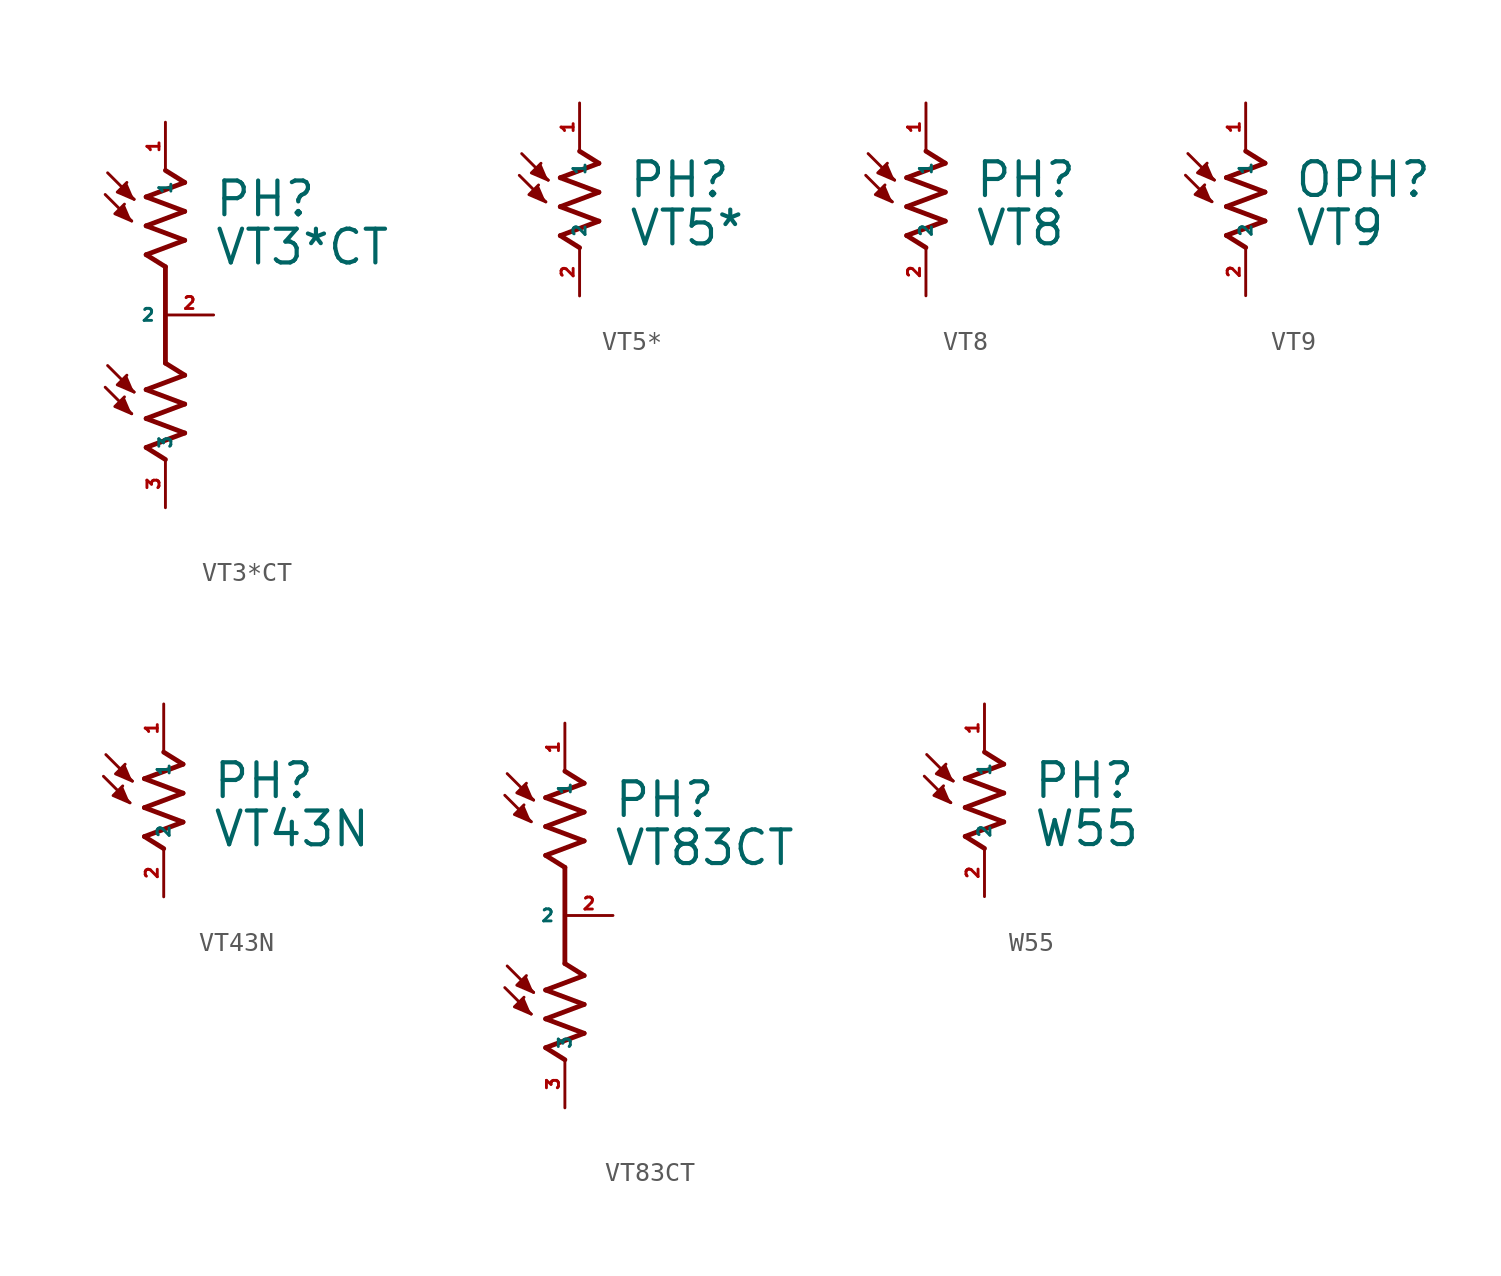
<source format=kicad_sym>
(kicad_symbol_lib
  (version 20220914)
  (generator Eagle2Kicad)
  (symbol "VT3*CT"
    (property "Reference" "PH"
      (at 2.54 5.08 0)
      (effects (font (size 1.778 1.778) (thickness 0.22)) (justify left bottom)))
    (property "Value" "VT3*CT"
      (at 2.54 2.54 0)
      (effects (font (size 1.778 1.778) (thickness 0.22)) (justify left bottom)))
    (polyline
      (pts (xy -1.778 4.953) (xy -2.667 5.334) (xy -2.159 5.842))
      (stroke (width 0.152) (type default))
      (fill (type outline)))
    (polyline
      (pts (xy -1.651 6.096) (xy -2.54 6.477) (xy -2.032 6.985))
      (stroke (width 0.152) (type default))
      (fill (type outline)))
    (polyline
      (pts (xy -1.778 -5.207) (xy -2.667 -4.826) (xy -2.159 -4.318))
      (stroke (width 0.152) (type default))
      (fill (type outline)))
    (polyline
      (pts (xy -1.651 -4.064) (xy -2.54 -3.683) (xy -2.032 -3.175))
      (stroke (width 0.152) (type default))
      (fill (type outline)))
    (polyline
      (pts (xy -3.048 7.493) (xy -1.651 6.096))
      (stroke (width 0.152) (type default))
      (fill (type none)))
    (polyline
      (pts (xy -3.175 6.35) (xy -1.778 4.953))
      (stroke (width 0.152) (type default))
      (fill (type none)))
    (polyline
      (pts (xy 0 2.54) (xy -1.016 3.175))
      (stroke (width 0.254) (type default))
      (fill (type none)))
    (polyline
      (pts (xy 1.016 3.937) (xy -1.016 4.699))
      (stroke (width 0.254) (type default))
      (fill (type none)))
    (polyline
      (pts (xy -1.016 4.699) (xy 1.016 5.461))
      (stroke (width 0.254) (type default))
      (fill (type none)))
    (polyline
      (pts (xy 1.016 5.461) (xy -1.016 6.223))
      (stroke (width 0.254) (type default))
      (fill (type none)))
    (polyline
      (pts (xy -1.016 6.223) (xy 1.016 6.985))
      (stroke (width 0.254) (type default))
      (fill (type none)))
    (polyline
      (pts (xy 0 7.62) (xy 1.016 6.985))
      (stroke (width 0.254) (type default))
      (fill (type none)))
    (polyline
      (pts (xy -1.016 3.175) (xy 1.016 3.937))
      (stroke (width 0.254) (type default))
      (fill (type none)))
    (polyline
      (pts (xy -3.048 -2.667) (xy -1.651 -4.064))
      (stroke (width 0.152) (type default))
      (fill (type none)))
    (polyline
      (pts (xy -3.175 -3.81) (xy -1.778 -5.207))
      (stroke (width 0.152) (type default))
      (fill (type none)))
    (polyline
      (pts (xy 0 -7.62) (xy -1.016 -6.985))
      (stroke (width 0.254) (type default))
      (fill (type none)))
    (polyline
      (pts (xy 1.016 -6.223) (xy -1.016 -5.461))
      (stroke (width 0.254) (type default))
      (fill (type none)))
    (polyline
      (pts (xy -1.016 -5.461) (xy 1.016 -4.699))
      (stroke (width 0.254) (type default))
      (fill (type none)))
    (polyline
      (pts (xy 1.016 -4.699) (xy -1.016 -3.937))
      (stroke (width 0.254) (type default))
      (fill (type none)))
    (polyline
      (pts (xy -1.016 -3.937) (xy 1.016 -3.175))
      (stroke (width 0.254) (type default))
      (fill (type none)))
    (polyline
      (pts (xy 0 -2.54) (xy 1.016 -3.175))
      (stroke (width 0.254) (type default))
      (fill (type none)))
    (polyline
      (pts (xy -1.016 -6.985) (xy 1.016 -6.223))
      (stroke (width 0.254) (type default))
      (fill (type none)))
    (polyline
      (pts (xy 0 -2.54) (xy 0 2.54))
      (stroke (width 0.254) (type default))
      (fill (type none)))
    (pin passive line
      (at 0 10.16 270)
      (length 2.54)
      (name "1" (effects (font (size 0.635 0.635) (thickness 0.08)) (justify left bottom)))
      (number "1" (effects (font (size 0.635 0.635) (thickness 0.08)) (justify left bottom))))
    (pin passive line
      (at 2.54 0 180)
      (length 2.54)
      (name "2" (effects (font (size 0.635 0.635) (thickness 0.08)) (justify left bottom)))
      (number "2" (effects (font (size 0.635 0.635) (thickness 0.08)) (justify left bottom))))
    (pin passive line
      (at 0 -10.16 90)
      (length 2.54)
      (name "3" (effects (font (size 0.635 0.635) (thickness 0.08)) (justify left bottom)))
      (number "3" (effects (font (size 0.635 0.635) (thickness 0.08)) (justify left bottom)))))
  (symbol "VT5*"
    (property "Reference" "PH"
      (at 2.54 0 0)
      (effects (font (size 1.778 1.778) (thickness 0.22)) (justify left bottom)))
    (property "Value" "VT5*"
      (at 2.54 -2.54 0)
      (effects (font (size 1.778 1.778) (thickness 0.22)) (justify left bottom)))
    (polyline
      (pts (xy -1.778 -0.127) (xy -2.667 0.254) (xy -2.159 0.762))
      (stroke (width 0.152) (type default))
      (fill (type outline)))
    (polyline
      (pts (xy -1.651 1.016) (xy -2.54 1.397) (xy -2.032 1.905))
      (stroke (width 0.152) (type default))
      (fill (type outline)))
    (polyline
      (pts (xy -3.048 2.413) (xy -1.651 1.016))
      (stroke (width 0.152) (type default))
      (fill (type none)))
    (polyline
      (pts (xy -3.175 1.27) (xy -1.778 -0.127))
      (stroke (width 0.152) (type default))
      (fill (type none)))
    (polyline
      (pts (xy 0 -2.54) (xy -1.016 -1.905))
      (stroke (width 0.254) (type default))
      (fill (type none)))
    (polyline
      (pts (xy 1.016 -1.143) (xy -1.016 -0.381))
      (stroke (width 0.254) (type default))
      (fill (type none)))
    (polyline
      (pts (xy -1.016 -0.381) (xy 1.016 0.381))
      (stroke (width 0.254) (type default))
      (fill (type none)))
    (polyline
      (pts (xy 1.016 0.381) (xy -1.016 1.143))
      (stroke (width 0.254) (type default))
      (fill (type none)))
    (polyline
      (pts (xy -1.016 1.143) (xy 1.016 1.905))
      (stroke (width 0.254) (type default))
      (fill (type none)))
    (polyline
      (pts (xy 0 2.54) (xy 1.016 1.905))
      (stroke (width 0.254) (type default))
      (fill (type none)))
    (polyline
      (pts (xy -1.016 -1.905) (xy 1.016 -1.143))
      (stroke (width 0.254) (type default))
      (fill (type none)))
    (pin passive line
      (at 0 5.08 270)
      (length 2.54)
      (name "1" (effects (font (size 0.635 0.635) (thickness 0.08)) (justify left bottom)))
      (number "1" (effects (font (size 0.635 0.635) (thickness 0.08)) (justify left bottom))))
    (pin passive line
      (at 0 -5.08 90)
      (length 2.54)
      (name "2" (effects (font (size 0.635 0.635) (thickness 0.08)) (justify left bottom)))
      (number "2" (effects (font (size 0.635 0.635) (thickness 0.08)) (justify left bottom)))))
  (symbol "VT8"
    (property "Reference" "PH"
      (at 2.54 0 0)
      (effects (font (size 1.778 1.778) (thickness 0.22)) (justify left bottom)))
    (property "Value" "VT8"
      (at 2.54 -2.54 0)
      (effects (font (size 1.778 1.778) (thickness 0.22)) (justify left bottom)))
    (polyline
      (pts (xy -1.778 -0.127) (xy -2.667 0.254) (xy -2.159 0.762))
      (stroke (width 0.152) (type default))
      (fill (type outline)))
    (polyline
      (pts (xy -1.651 1.016) (xy -2.54 1.397) (xy -2.032 1.905))
      (stroke (width 0.152) (type default))
      (fill (type outline)))
    (polyline
      (pts (xy -3.048 2.413) (xy -1.651 1.016))
      (stroke (width 0.152) (type default))
      (fill (type none)))
    (polyline
      (pts (xy -3.175 1.27) (xy -1.778 -0.127))
      (stroke (width 0.152) (type default))
      (fill (type none)))
    (polyline
      (pts (xy 0 -2.54) (xy -1.016 -1.905))
      (stroke (width 0.254) (type default))
      (fill (type none)))
    (polyline
      (pts (xy 1.016 -1.143) (xy -1.016 -0.381))
      (stroke (width 0.254) (type default))
      (fill (type none)))
    (polyline
      (pts (xy -1.016 -0.381) (xy 1.016 0.381))
      (stroke (width 0.254) (type default))
      (fill (type none)))
    (polyline
      (pts (xy 1.016 0.381) (xy -1.016 1.143))
      (stroke (width 0.254) (type default))
      (fill (type none)))
    (polyline
      (pts (xy -1.016 1.143) (xy 1.016 1.905))
      (stroke (width 0.254) (type default))
      (fill (type none)))
    (polyline
      (pts (xy 0 2.54) (xy 1.016 1.905))
      (stroke (width 0.254) (type default))
      (fill (type none)))
    (polyline
      (pts (xy -1.016 -1.905) (xy 1.016 -1.143))
      (stroke (width 0.254) (type default))
      (fill (type none)))
    (pin passive line
      (at 0 5.08 270)
      (length 2.54)
      (name "1" (effects (font (size 0.635 0.635) (thickness 0.08)) (justify left bottom)))
      (number "1" (effects (font (size 0.635 0.635) (thickness 0.08)) (justify left bottom))))
    (pin passive line
      (at 0 -5.08 90)
      (length 2.54)
      (name "2" (effects (font (size 0.635 0.635) (thickness 0.08)) (justify left bottom)))
      (number "2" (effects (font (size 0.635 0.635) (thickness 0.08)) (justify left bottom)))))
  (symbol "VT9"
    (property "Reference" "OPH"
      (at 2.54 0 0)
      (effects (font (size 1.778 1.778) (thickness 0.22)) (justify left bottom)))
    (property "Value" "VT9"
      (at 2.54 -2.54 0)
      (effects (font (size 1.778 1.778) (thickness 0.22)) (justify left bottom)))
    (polyline
      (pts (xy -1.778 -0.127) (xy -2.667 0.254) (xy -2.159 0.762))
      (stroke (width 0.152) (type default))
      (fill (type outline)))
    (polyline
      (pts (xy -1.651 1.016) (xy -2.54 1.397) (xy -2.032 1.905))
      (stroke (width 0.152) (type default))
      (fill (type outline)))
    (polyline
      (pts (xy -3.048 2.413) (xy -1.651 1.016))
      (stroke (width 0.152) (type default))
      (fill (type none)))
    (polyline
      (pts (xy -3.175 1.27) (xy -1.778 -0.127))
      (stroke (width 0.152) (type default))
      (fill (type none)))
    (polyline
      (pts (xy 0 -2.54) (xy -1.016 -1.905))
      (stroke (width 0.254) (type default))
      (fill (type none)))
    (polyline
      (pts (xy 1.016 -1.143) (xy -1.016 -0.381))
      (stroke (width 0.254) (type default))
      (fill (type none)))
    (polyline
      (pts (xy -1.016 -0.381) (xy 1.016 0.381))
      (stroke (width 0.254) (type default))
      (fill (type none)))
    (polyline
      (pts (xy 1.016 0.381) (xy -1.016 1.143))
      (stroke (width 0.254) (type default))
      (fill (type none)))
    (polyline
      (pts (xy -1.016 1.143) (xy 1.016 1.905))
      (stroke (width 0.254) (type default))
      (fill (type none)))
    (polyline
      (pts (xy 0 2.54) (xy 1.016 1.905))
      (stroke (width 0.254) (type default))
      (fill (type none)))
    (polyline
      (pts (xy -1.016 -1.905) (xy 1.016 -1.143))
      (stroke (width 0.254) (type default))
      (fill (type none)))
    (pin passive line
      (at 0 5.08 270)
      (length 2.54)
      (name "1" (effects (font (size 0.635 0.635) (thickness 0.08)) (justify left bottom)))
      (number "1" (effects (font (size 0.635 0.635) (thickness 0.08)) (justify left bottom))))
    (pin passive line
      (at 0 -5.08 90)
      (length 2.54)
      (name "2" (effects (font (size 0.635 0.635) (thickness 0.08)) (justify left bottom)))
      (number "2" (effects (font (size 0.635 0.635) (thickness 0.08)) (justify left bottom)))))
  (symbol "VT43N"
    (property "Reference" "PH"
      (at 2.54 0 0)
      (effects (font (size 1.778 1.778) (thickness 0.22)) (justify left bottom)))
    (property "Value" "VT43N"
      (at 2.54 -2.54 0)
      (effects (font (size 1.778 1.778) (thickness 0.22)) (justify left bottom)))
    (polyline
      (pts (xy -1.778 -0.127) (xy -2.667 0.254) (xy -2.159 0.762))
      (stroke (width 0.152) (type default))
      (fill (type outline)))
    (polyline
      (pts (xy -1.651 1.016) (xy -2.54 1.397) (xy -2.032 1.905))
      (stroke (width 0.152) (type default))
      (fill (type outline)))
    (polyline
      (pts (xy -3.048 2.413) (xy -1.651 1.016))
      (stroke (width 0.152) (type default))
      (fill (type none)))
    (polyline
      (pts (xy -3.175 1.27) (xy -1.778 -0.127))
      (stroke (width 0.152) (type default))
      (fill (type none)))
    (polyline
      (pts (xy 0 -2.54) (xy -1.016 -1.905))
      (stroke (width 0.254) (type default))
      (fill (type none)))
    (polyline
      (pts (xy 1.016 -1.143) (xy -1.016 -0.381))
      (stroke (width 0.254) (type default))
      (fill (type none)))
    (polyline
      (pts (xy -1.016 -0.381) (xy 1.016 0.381))
      (stroke (width 0.254) (type default))
      (fill (type none)))
    (polyline
      (pts (xy 1.016 0.381) (xy -1.016 1.143))
      (stroke (width 0.254) (type default))
      (fill (type none)))
    (polyline
      (pts (xy -1.016 1.143) (xy 1.016 1.905))
      (stroke (width 0.254) (type default))
      (fill (type none)))
    (polyline
      (pts (xy 0 2.54) (xy 1.016 1.905))
      (stroke (width 0.254) (type default))
      (fill (type none)))
    (polyline
      (pts (xy -1.016 -1.905) (xy 1.016 -1.143))
      (stroke (width 0.254) (type default))
      (fill (type none)))
    (pin passive line
      (at 0 5.08 270)
      (length 2.54)
      (name "1" (effects (font (size 0.635 0.635) (thickness 0.08)) (justify left bottom)))
      (number "1" (effects (font (size 0.635 0.635) (thickness 0.08)) (justify left bottom))))
    (pin passive line
      (at 0 -5.08 90)
      (length 2.54)
      (name "2" (effects (font (size 0.635 0.635) (thickness 0.08)) (justify left bottom)))
      (number "2" (effects (font (size 0.635 0.635) (thickness 0.08)) (justify left bottom)))))
  (symbol "VT83CT"
    (property "Reference" "PH"
      (at 2.54 5.08 0)
      (effects (font (size 1.778 1.778) (thickness 0.22)) (justify left bottom)))
    (property "Value" "VT83CT"
      (at 2.54 2.54 0)
      (effects (font (size 1.778 1.778) (thickness 0.22)) (justify left bottom)))
    (polyline
      (pts (xy -1.778 4.953) (xy -2.667 5.334) (xy -2.159 5.842))
      (stroke (width 0.152) (type default))
      (fill (type outline)))
    (polyline
      (pts (xy -1.651 6.096) (xy -2.54 6.477) (xy -2.032 6.985))
      (stroke (width 0.152) (type default))
      (fill (type outline)))
    (polyline
      (pts (xy -1.778 -5.207) (xy -2.667 -4.826) (xy -2.159 -4.318))
      (stroke (width 0.152) (type default))
      (fill (type outline)))
    (polyline
      (pts (xy -1.651 -4.064) (xy -2.54 -3.683) (xy -2.032 -3.175))
      (stroke (width 0.152) (type default))
      (fill (type outline)))
    (polyline
      (pts (xy -3.048 7.493) (xy -1.651 6.096))
      (stroke (width 0.152) (type default))
      (fill (type none)))
    (polyline
      (pts (xy -3.175 6.35) (xy -1.778 4.953))
      (stroke (width 0.152) (type default))
      (fill (type none)))
    (polyline
      (pts (xy 0 2.54) (xy -1.016 3.175))
      (stroke (width 0.254) (type default))
      (fill (type none)))
    (polyline
      (pts (xy 1.016 3.937) (xy -1.016 4.699))
      (stroke (width 0.254) (type default))
      (fill (type none)))
    (polyline
      (pts (xy -1.016 4.699) (xy 1.016 5.461))
      (stroke (width 0.254) (type default))
      (fill (type none)))
    (polyline
      (pts (xy 1.016 5.461) (xy -1.016 6.223))
      (stroke (width 0.254) (type default))
      (fill (type none)))
    (polyline
      (pts (xy -1.016 6.223) (xy 1.016 6.985))
      (stroke (width 0.254) (type default))
      (fill (type none)))
    (polyline
      (pts (xy 0 7.62) (xy 1.016 6.985))
      (stroke (width 0.254) (type default))
      (fill (type none)))
    (polyline
      (pts (xy -1.016 3.175) (xy 1.016 3.937))
      (stroke (width 0.254) (type default))
      (fill (type none)))
    (polyline
      (pts (xy -3.048 -2.667) (xy -1.651 -4.064))
      (stroke (width 0.152) (type default))
      (fill (type none)))
    (polyline
      (pts (xy -3.175 -3.81) (xy -1.778 -5.207))
      (stroke (width 0.152) (type default))
      (fill (type none)))
    (polyline
      (pts (xy 0 -7.62) (xy -1.016 -6.985))
      (stroke (width 0.254) (type default))
      (fill (type none)))
    (polyline
      (pts (xy 1.016 -6.223) (xy -1.016 -5.461))
      (stroke (width 0.254) (type default))
      (fill (type none)))
    (polyline
      (pts (xy -1.016 -5.461) (xy 1.016 -4.699))
      (stroke (width 0.254) (type default))
      (fill (type none)))
    (polyline
      (pts (xy 1.016 -4.699) (xy -1.016 -3.937))
      (stroke (width 0.254) (type default))
      (fill (type none)))
    (polyline
      (pts (xy -1.016 -3.937) (xy 1.016 -3.175))
      (stroke (width 0.254) (type default))
      (fill (type none)))
    (polyline
      (pts (xy 0 -2.54) (xy 1.016 -3.175))
      (stroke (width 0.254) (type default))
      (fill (type none)))
    (polyline
      (pts (xy -1.016 -6.985) (xy 1.016 -6.223))
      (stroke (width 0.254) (type default))
      (fill (type none)))
    (polyline
      (pts (xy 0 -2.54) (xy 0 2.54))
      (stroke (width 0.254) (type default))
      (fill (type none)))
    (pin passive line
      (at 0 10.16 270)
      (length 2.54)
      (name "1" (effects (font (size 0.635 0.635) (thickness 0.08)) (justify left bottom)))
      (number "1" (effects (font (size 0.635 0.635) (thickness 0.08)) (justify left bottom))))
    (pin passive line
      (at 2.54 0 180)
      (length 2.54)
      (name "2" (effects (font (size 0.635 0.635) (thickness 0.08)) (justify left bottom)))
      (number "2" (effects (font (size 0.635 0.635) (thickness 0.08)) (justify left bottom))))
    (pin passive line
      (at 0 -10.16 90)
      (length 2.54)
      (name "3" (effects (font (size 0.635 0.635) (thickness 0.08)) (justify left bottom)))
      (number "3" (effects (font (size 0.635 0.635) (thickness 0.08)) (justify left bottom)))))
  (symbol "W55"
    (property "Reference" "PH"
      (at 2.54 0 0)
      (effects (font (size 1.778 1.778) (thickness 0.22)) (justify left bottom)))
    (property "Value" "W55"
      (at 2.54 -2.54 0)
      (effects (font (size 1.778 1.778) (thickness 0.22)) (justify left bottom)))
    (polyline
      (pts (xy -1.778 -0.127) (xy -2.667 0.254) (xy -2.159 0.762))
      (stroke (width 0.152) (type default))
      (fill (type outline)))
    (polyline
      (pts (xy -1.651 1.016) (xy -2.54 1.397) (xy -2.032 1.905))
      (stroke (width 0.152) (type default))
      (fill (type outline)))
    (polyline
      (pts (xy -3.048 2.413) (xy -1.651 1.016))
      (stroke (width 0.152) (type default))
      (fill (type none)))
    (polyline
      (pts (xy -3.175 1.27) (xy -1.778 -0.127))
      (stroke (width 0.152) (type default))
      (fill (type none)))
    (polyline
      (pts (xy 0 -2.54) (xy -1.016 -1.905))
      (stroke (width 0.254) (type default))
      (fill (type none)))
    (polyline
      (pts (xy 1.016 -1.143) (xy -1.016 -0.381))
      (stroke (width 0.254) (type default))
      (fill (type none)))
    (polyline
      (pts (xy -1.016 -0.381) (xy 1.016 0.381))
      (stroke (width 0.254) (type default))
      (fill (type none)))
    (polyline
      (pts (xy 1.016 0.381) (xy -1.016 1.143))
      (stroke (width 0.254) (type default))
      (fill (type none)))
    (polyline
      (pts (xy -1.016 1.143) (xy 1.016 1.905))
      (stroke (width 0.254) (type default))
      (fill (type none)))
    (polyline
      (pts (xy 0 2.54) (xy 1.016 1.905))
      (stroke (width 0.254) (type default))
      (fill (type none)))
    (polyline
      (pts (xy -1.016 -1.905) (xy 1.016 -1.143))
      (stroke (width 0.254) (type default))
      (fill (type none)))
    (pin passive line
      (at 0 5.08 270)
      (length 2.54)
      (name "1" (effects (font (size 0.635 0.635) (thickness 0.08)) (justify left bottom)))
      (number "1" (effects (font (size 0.635 0.635) (thickness 0.08)) (justify left bottom))))
    (pin passive line
      (at 0 -5.08 90)
      (length 2.54)
      (name "2" (effects (font (size 0.635 0.635) (thickness 0.08)) (justify left bottom)))
      (number "2" (effects (font (size 0.635 0.635) (thickness 0.08)) (justify left bottom))))))
</source>
